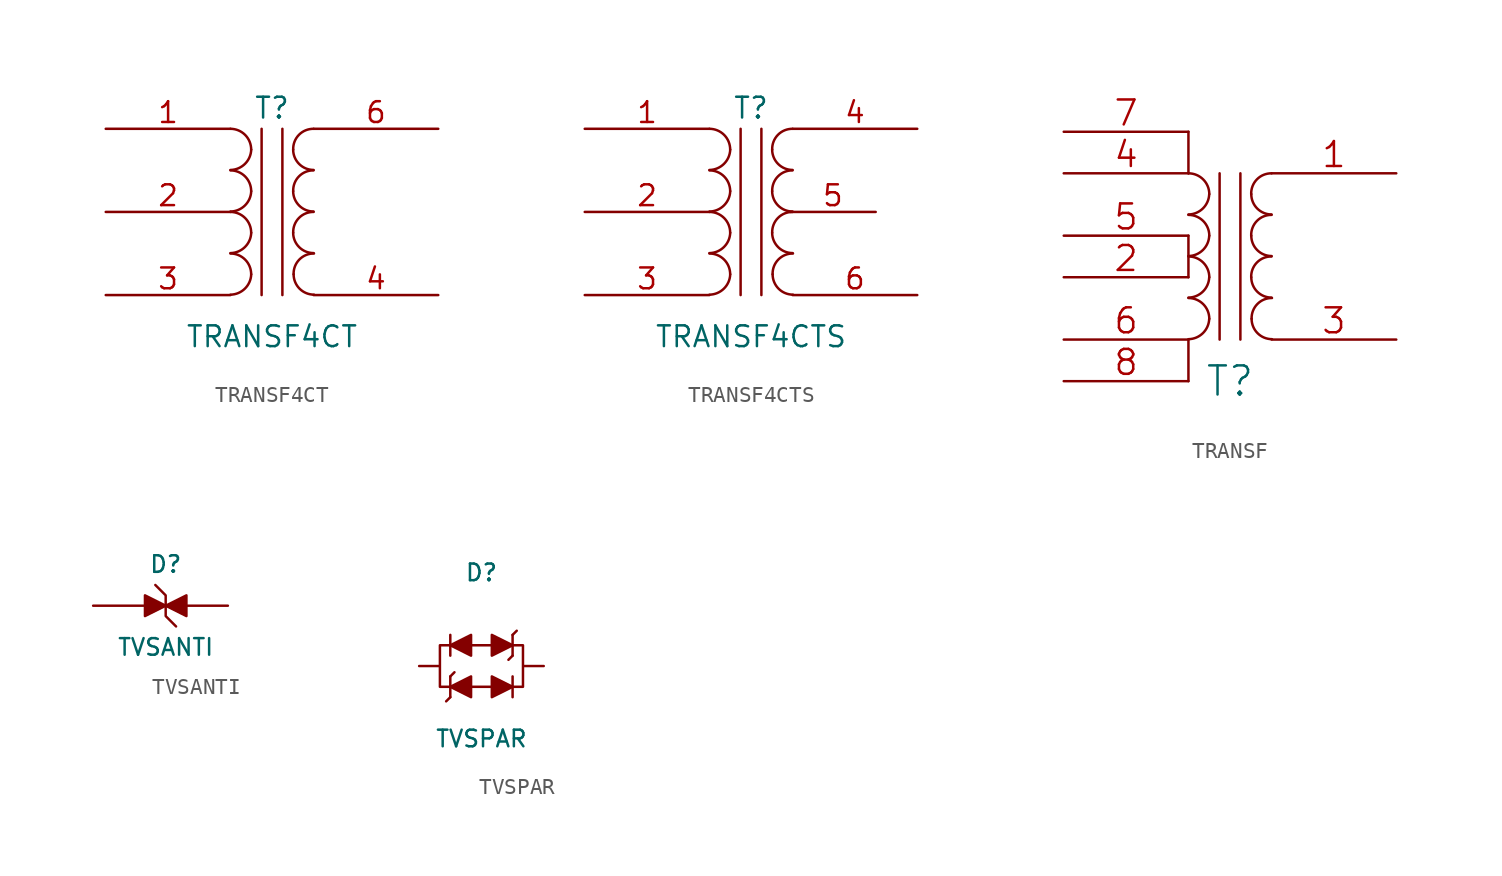
<source format=kicad_sym>
(kicad_symbol_lib
  (version 20220914)
  (generator kicad_symbol_editor)
  (symbol "TRANSF4CT"
    (pin_names
      (offset 1.016) hide)
    (property "Reference" "T"
      (at 0 6.35 0)
      (effects (font (size 1.27 1.27))))
    (property "Value" "TRANSF4CT"
      (at 0 -7.62 0)
      (effects (font (size 1.27 1.27))))
    (property "Footprint" ""
      (at 0 0 0)
      (effects (font (size 1.27 1.27))))
    (property "Datasheet" ""
      (at 0 0 0)
      (effects (font (size 1.27 1.27))))
    (symbol "TRANSF4CT_0_1"
      (arc (start -2.54 -5.0546) (mid -1.6599 -4.6901) (end -1.27 -3.81) (stroke (width 0) (type solid)) (fill (type none)))
      (arc (start -2.54 -2.5146) (mid -1.6599 -2.1501) (end -1.27 -1.27) (stroke (width 0) (type solid)) (fill (type none)))
      (arc (start -2.54 0.0254) (mid -1.6599 0.3899) (end -1.27 1.27) (stroke (width 0) (type solid)) (fill (type none)))
      (arc (start -2.54 2.5654) (mid -1.6599 2.9299) (end -1.27 3.81) (stroke (width 0) (type solid)) (fill (type none)))
      (arc (start -1.27 -3.81) (mid -1.642 -2.912) (end -2.54 -2.54) (stroke (width 0) (type solid)) (fill (type none)))
      (arc (start -1.27 -1.27) (mid -1.642 -0.372) (end -2.54 0) (stroke (width 0) (type solid)) (fill (type none)))
      (arc (start -1.27 1.27) (mid -1.642 2.168) (end -2.54 2.54) (stroke (width 0) (type solid)) (fill (type none)))
      (arc (start -1.27 3.81) (mid -1.642 4.708) (end -2.54 5.08) (stroke (width 0) (type solid)) (fill (type none)))
      (polyline (pts (xy -0.635 5.08) (xy -0.635 -5.08)) (stroke (width 0) (type solid)) (fill (type none)))
      (polyline (pts (xy 0.635 -5.08) (xy 0.635 5.08)) (stroke (width 0) (type solid)) (fill (type none)))
      (arc (start 1.2954 -1.27) (mid 1.6599 -2.1501) (end 2.54 -2.5146) (stroke (width 0) (type solid)) (fill (type none)))
      (arc (start 1.2954 1.27) (mid 1.6599 0.3899) (end 2.54 0.0254) (stroke (width 0) (type solid)) (fill (type none)))
      (arc (start 1.2954 3.81) (mid 1.6599 2.9299) (end 2.54 2.5654) (stroke (width 0) (type solid)) (fill (type none)))
      (arc (start 1.3208 -3.81) (mid 1.6853 -4.6901) (end 2.5654 -5.0546) (stroke (width 0) (type solid)) (fill (type none)))
      (arc (start 2.54 0) (mid 1.642 -0.372) (end 1.2954 -1.27) (stroke (width 0) (type solid)) (fill (type none)))
      (arc (start 2.54 2.54) (mid 1.642 2.168) (end 1.2954 1.27) (stroke (width 0) (type solid)) (fill (type none)))
      (arc (start 2.54 5.08) (mid 1.642 4.708) (end 1.2954 3.81) (stroke (width 0) (type solid)) (fill (type none)))
      (arc (start 2.5654 -2.54) (mid 1.6674 -2.912) (end 1.3208 -3.81) (stroke (width 0) (type solid)) (fill (type none))))
    (symbol "TRANSF4CT_1_1"
      (pin passive line (at -10.16 5.08 0) (length 7.62) (name "PR1" (effects (font (size 1.27 1.27)))) (number "1" (effects (font (size 1.27 1.27)))))
      (pin passive line (at -10.16 0 0) (length 7.62) (name "PM" (effects (font (size 1.27 1.27)))) (number "2" (effects (font (size 1.27 1.27)))))
      (pin passive line (at -10.16 -5.08 0) (length 7.62) (name "PR2" (effects (font (size 1.27 1.27)))) (number "3" (effects (font (size 1.27 1.27)))))
      (pin passive line (at 10.16 -5.08 180) (length 7.62) (name "S2" (effects (font (size 1.27 1.27)))) (number "4" (effects (font (size 1.27 1.27)))))
      (pin passive line (at 10.16 5.08 180) (length 7.62) (name "S1" (effects (font (size 1.27 1.27)))) (number "6" (effects (font (size 1.27 1.27)))))))
  (symbol "TRANSF4CTS"
    (pin_names
      (offset 1.016) hide)
    (property "Reference" "T"
      (at 0 6.35 0)
      (effects (font (size 1.27 1.27))))
    (property "Value" "TRANSF4CTS"
      (at 0 -7.62 0)
      (effects (font (size 1.27 1.27))))
    (property "Footprint" ""
      (at 0 0 0)
      (effects (font (size 1.27 1.27))))
    (property "Datasheet" ""
      (at 0 0 0)
      (effects (font (size 1.27 1.27))))
    (symbol "TRANSF4CTS_0_1"
      (arc (start -2.54 -5.0546) (mid -1.6599 -4.6901) (end -1.27 -3.81) (stroke (width 0) (type solid)) (fill (type none)))
      (arc (start -2.54 -2.5146) (mid -1.6599 -2.1501) (end -1.27 -1.27) (stroke (width 0) (type solid)) (fill (type none)))
      (arc (start -2.54 0.0254) (mid -1.6599 0.3899) (end -1.27 1.27) (stroke (width 0) (type solid)) (fill (type none)))
      (arc (start -2.54 2.5654) (mid -1.6599 2.9299) (end -1.27 3.81) (stroke (width 0) (type solid)) (fill (type none)))
      (arc (start -1.27 -3.81) (mid -1.642 -2.912) (end -2.54 -2.54) (stroke (width 0) (type solid)) (fill (type none)))
      (arc (start -1.27 -1.27) (mid -1.642 -0.372) (end -2.54 0) (stroke (width 0) (type solid)) (fill (type none)))
      (arc (start -1.27 1.27) (mid -1.642 2.168) (end -2.54 2.54) (stroke (width 0) (type solid)) (fill (type none)))
      (arc (start -1.27 3.81) (mid -1.642 4.708) (end -2.54 5.08) (stroke (width 0) (type solid)) (fill (type none)))
      (polyline (pts (xy -0.635 5.08) (xy -0.635 -5.08)) (stroke (width 0) (type solid)) (fill (type none)))
      (polyline (pts (xy 0.635 -5.08) (xy 0.635 5.08)) (stroke (width 0) (type solid)) (fill (type none)))
      (arc (start 1.2954 -1.27) (mid 1.6599 -2.1501) (end 2.54 -2.5146) (stroke (width 0) (type solid)) (fill (type none)))
      (arc (start 1.2954 1.27) (mid 1.6599 0.3899) (end 2.54 0.0254) (stroke (width 0) (type solid)) (fill (type none)))
      (arc (start 1.2954 3.81) (mid 1.6599 2.9299) (end 2.54 2.5654) (stroke (width 0) (type solid)) (fill (type none)))
      (arc (start 1.3208 -3.81) (mid 1.6853 -4.6901) (end 2.5654 -5.0546) (stroke (width 0) (type solid)) (fill (type none)))
      (arc (start 2.54 0) (mid 1.642 -0.372) (end 1.2954 -1.27) (stroke (width 0) (type solid)) (fill (type none)))
      (arc (start 2.54 2.54) (mid 1.642 2.168) (end 1.2954 1.27) (stroke (width 0) (type solid)) (fill (type none)))
      (arc (start 2.54 5.08) (mid 1.642 4.708) (end 1.2954 3.81) (stroke (width 0) (type solid)) (fill (type none)))
      (arc (start 2.5654 -2.54) (mid 1.6674 -2.912) (end 1.3208 -3.81) (stroke (width 0) (type solid)) (fill (type none))))
    (symbol "TRANSF4CTS_1_1"
      (pin passive line (at -10.16 5.08 0) (length 7.62) (name "PR1" (effects (font (size 1.27 1.27)))) (number "1" (effects (font (size 1.27 1.27)))))
      (pin passive line (at -10.16 0 0) (length 7.62) (name "PM" (effects (font (size 1.27 1.27)))) (number "2" (effects (font (size 1.27 1.27)))))
      (pin passive line (at -10.16 -5.08 0) (length 7.62) (name "PR2" (effects (font (size 1.27 1.27)))) (number "3" (effects (font (size 1.27 1.27)))))
      (pin passive line (at 10.16 5.08 180) (length 7.62) (name "S2" (effects (font (size 1.27 1.27)))) (number "4" (effects (font (size 1.27 1.27)))))
      (pin passive line (at 7.62 0 180) (length 5.232) (name "~" (effects (font (size 1.27 1.27)))) (number "5" (effects (font (size 1.27 1.27)))))
      (pin passive line (at 10.16 -5.08 180) (length 7.62) (name "S1" (effects (font (size 1.27 1.27)))) (number "6" (effects (font (size 1.27 1.27)))))))
  (symbol "TRANSF"
    (pin_names
      (offset 1.016) hide)
    (property "Reference" "T"
      (at 0 -7.62 0)
      (effects (font (size 1.778 1.778))))
    (property "Footprint" ""
      (at 0 0 0)
      (effects (font (size 1.524 1.524))))
    (property "Datasheet" ""
      (at 0 0 0)
      (effects (font (size 1.524 1.524))))
    (symbol "TRANSF_0_1"
      (arc (start -2.54 -5.0546) (mid -1.6599 -4.6901) (end -1.27 -3.81) (stroke (width 0) (type solid)) (fill (type none)))
      (arc (start -2.54 -2.5146) (mid -1.6599 -2.1501) (end -1.27 -1.27) (stroke (width 0) (type solid)) (fill (type none)))
      (arc (start -2.54 0.0254) (mid -1.6599 0.3899) (end -1.27 1.27) (stroke (width 0) (type solid)) (fill (type none)))
      (arc (start -2.54 2.5654) (mid -1.6599 2.9299) (end -1.27 3.81) (stroke (width 0) (type solid)) (fill (type none)))
      (arc (start -1.27 -3.81) (mid -1.642 -2.912) (end -2.54 -2.54) (stroke (width 0) (type solid)) (fill (type none)))
      (arc (start -1.27 -1.27) (mid -1.642 -0.372) (end -2.54 0) (stroke (width 0) (type solid)) (fill (type none)))
      (arc (start -1.27 1.27) (mid -1.642 2.168) (end -2.54 2.54) (stroke (width 0) (type solid)) (fill (type none)))
      (arc (start -1.27 3.81) (mid -1.642 4.708) (end -2.54 5.08) (stroke (width 0) (type solid)) (fill (type none)))
      (polyline (pts (xy -2.54 -5.08) (xy -2.54 -7.62)) (stroke (width 0) (type solid)) (fill (type none)))
      (polyline (pts (xy -2.54 1.27) (xy -2.54 -1.27)) (stroke (width 0) (type solid)) (fill (type none)))
      (polyline (pts (xy -2.54 7.62) (xy -2.54 5.08)) (stroke (width 0) (type solid)) (fill (type none)))
      (polyline (pts (xy -0.635 5.08) (xy -0.635 -5.08)) (stroke (width 0) (type solid)) (fill (type none)))
      (polyline (pts (xy 0.635 -5.08) (xy 0.635 5.08)) (stroke (width 0) (type solid)) (fill (type none)))
      (arc (start 1.2954 -1.27) (mid 1.6599 -2.1501) (end 2.54 -2.5146) (stroke (width 0) (type solid)) (fill (type none)))
      (arc (start 1.2954 1.27) (mid 1.6599 0.3899) (end 2.54 0.0254) (stroke (width 0) (type solid)) (fill (type none)))
      (arc (start 1.2954 3.81) (mid 1.6599 2.9299) (end 2.54 2.5654) (stroke (width 0) (type solid)) (fill (type none)))
      (arc (start 1.3208 -3.81) (mid 1.6853 -4.6901) (end 2.5654 -5.0546) (stroke (width 0) (type solid)) (fill (type none)))
      (arc (start 2.54 0) (mid 1.642 -0.372) (end 1.2954 -1.27) (stroke (width 0) (type solid)) (fill (type none)))
      (arc (start 2.54 2.54) (mid 1.642 2.168) (end 1.2954 1.27) (stroke (width 0) (type solid)) (fill (type none)))
      (arc (start 2.54 5.08) (mid 1.642 4.708) (end 1.2954 3.81) (stroke (width 0) (type solid)) (fill (type none)))
      (arc (start 2.5654 -2.54) (mid 1.6674 -2.912) (end 1.3208 -3.81) (stroke (width 0) (type solid)) (fill (type none))))
    (symbol "TRANSF_1_1"
      (pin passive line (at 10.16 5.08 180) (length 7.62) (name "S2" (effects (font (size 1.524 1.524)))) (number "1" (effects (font (size 1.524 1.524)))))
      (pin input line (at -10.16 -1.27 0) (length 7.62) (name "~" (effects (font (size 1.524 1.524)))) (number "2" (effects (font (size 1.524 1.524)))))
      (pin passive line (at 10.16 -5.08 180) (length 7.62) (name "S1" (effects (font (size 1.524 1.524)))) (number "3" (effects (font (size 1.524 1.524)))))
      (pin passive line (at -10.16 5.08 0) (length 7.62) (name "PR1" (effects (font (size 1.524 1.524)))) (number "4" (effects (font (size 1.524 1.524)))))
      (pin passive line (at -10.16 1.27 0) (length 7.62) (name "PM" (effects (font (size 1.524 1.524)))) (number "5" (effects (font (size 1.524 1.524)))))
      (pin passive line (at -10.16 -5.08 0) (length 7.62) (name "PR2" (effects (font (size 1.524 1.524)))) (number "6" (effects (font (size 1.524 1.524)))))
      (pin input line (at -10.16 7.62 0) (length 7.62) (name "~" (effects (font (size 1.524 1.524)))) (number "7" (effects (font (size 1.524 1.524)))))
      (pin input line (at -10.16 -7.62 0) (length 7.62) (name "~" (effects (font (size 1.524 1.524)))) (number "8" (effects (font (size 1.524 1.524)))))))
  (symbol "TVSANTI"
    (pin_numbers hide)
    (pin_names
      (offset 1.016) hide)
    (property "Reference" "D"
      (at 0 2.54 0)
      (effects (font (size 1.016 1.016))))
    (property "Value" "TVSANTI"
      (at 0 -2.54 0)
      (effects (font (size 1.016 1.016))))
    (property "Footprint" ""
      (at 8.255 1.27 0)
      (effects (font (size 1.524 1.524))))
    (property "Datasheet" ""
      (at 8.255 1.27 0)
      (effects (font (size 1.524 1.524))))
    (symbol "TVSANTI_0_1"
      (polyline (pts (xy 0 0) (xy 0 -0.635) (xy 0.635 -1.27)) (stroke (width 0) (type solid)) (fill (type none)))
      (polyline (pts (xy 0 0) (xy 0 0.635) (xy -0.635 1.27)) (stroke (width 0) (type solid)) (fill (type none)))
      (polyline (pts (xy 0 0) (xy -1.27 0.635) (xy -1.27 -0.635) (xy 0 0)) (stroke (width 0) (type solid)) (fill (type outline)))
      (polyline (pts (xy 1.27 0.635) (xy 0 0) (xy 1.27 -0.635) (xy 1.27 0.635)) (stroke (width 0) (type solid)) (fill (type outline))))
    (symbol "TVSANTI_1_1"
      (pin passive line (at -4.445 0 0) (length 3.099) (name "A" (effects (font (size 1.016 1.016)))) (number "1" (effects (font (size 1.016 1.016)))))
      (pin passive line (at 3.81 0 180) (length 2.489) (name "K" (effects (font (size 1.016 1.016)))) (number "2" (effects (font (size 1.016 1.016)))))))
  (symbol "TVSPAR"
    (pin_numbers hide)
    (pin_names
      (offset 1.016) hide)
    (property "Reference" "D"
      (at 0 5.715 0)
      (effects (font (size 1.016 1.016))))
    (property "Value" "TVSPAR"
      (at 0 -4.445 0)
      (effects (font (size 1.016 1.016))))
    (property "Footprint" ""
      (at 8.255 1.27 0)
      (effects (font (size 1.524 1.524))))
    (property "Datasheet" ""
      (at 8.255 1.27 0)
      (effects (font (size 1.524 1.524))))
    (symbol "TVSPAR_0_1"
      (polyline (pts (xy -1.905 -1.905) (xy -2.159 -2.159)) (stroke (width 0) (type solid)) (fill (type none)))
      (polyline (pts (xy -1.905 -0.635) (xy -1.905 -1.905)) (stroke (width 0) (type solid)) (fill (type none)))
      (polyline (pts (xy -1.905 -0.635) (xy -1.651 -0.381)) (stroke (width 0) (type solid)) (fill (type none)))
      (polyline (pts (xy -1.905 1.905) (xy -1.905 0.635)) (stroke (width 0) (type solid)) (fill (type none)))
      (polyline (pts (xy -0.635 -1.27) (xy 0.635 -1.27)) (stroke (width 0) (type solid)) (fill (type none)))
      (polyline (pts (xy -0.635 1.27) (xy 0.635 1.27)) (stroke (width 0) (type solid)) (fill (type none)))
      (polyline (pts (xy 1.905 -0.635) (xy 1.905 -1.905)) (stroke (width 0) (type solid)) (fill (type none)))
      (polyline (pts (xy 1.905 0.635) (xy 1.651 0.381)) (stroke (width 0) (type solid)) (fill (type none)))
      (polyline (pts (xy 1.905 1.905) (xy 1.905 0.635)) (stroke (width 0) (type solid)) (fill (type none)))
      (polyline (pts (xy 1.905 1.905) (xy 2.159 2.159)) (stroke (width 0) (type solid)) (fill (type none)))
      (polyline (pts (xy -1.905 1.27) (xy -2.54 1.27) (xy -2.54 -1.27) (xy -1.905 -1.27)) (stroke (width 0) (type solid)) (fill (type none)))
      (polyline (pts (xy -0.635 -0.635) (xy -1.905 -1.27) (xy -0.635 -1.905) (xy -0.635 -0.635)) (stroke (width 0) (type solid)) (fill (type outline)))
      (polyline (pts (xy -0.635 0.635) (xy -1.905 1.27) (xy -0.635 1.905) (xy -0.635 0.635)) (stroke (width 0) (type solid)) (fill (type outline)))
      (polyline (pts (xy 0.635 -0.635) (xy 0.635 -1.905) (xy 1.905 -1.27) (xy 0.635 -0.635)) (stroke (width 0) (type solid)) (fill (type outline)))
      (polyline (pts (xy 1.905 -1.27) (xy 2.54 -1.27) (xy 2.54 1.27) (xy 1.905 1.27)) (stroke (width 0) (type solid)) (fill (type none)))
      (polyline (pts (xy 1.905 1.27) (xy 0.635 1.905) (xy 0.635 0.635) (xy 1.905 1.27)) (stroke (width 0) (type solid)) (fill (type outline))))
    (symbol "TVSPAR_1_1"
      (pin passive line (at -3.81 0 0) (length 1.245) (name "A" (effects (font (size 1.016 1.016)))) (number "1" (effects (font (size 1.016 1.016)))))
      (pin passive line (at 3.81 0 180) (length 1.245) (name "K" (effects (font (size 1.016 1.016)))) (number "2" (effects (font (size 1.016 1.016))))))))
</source>
